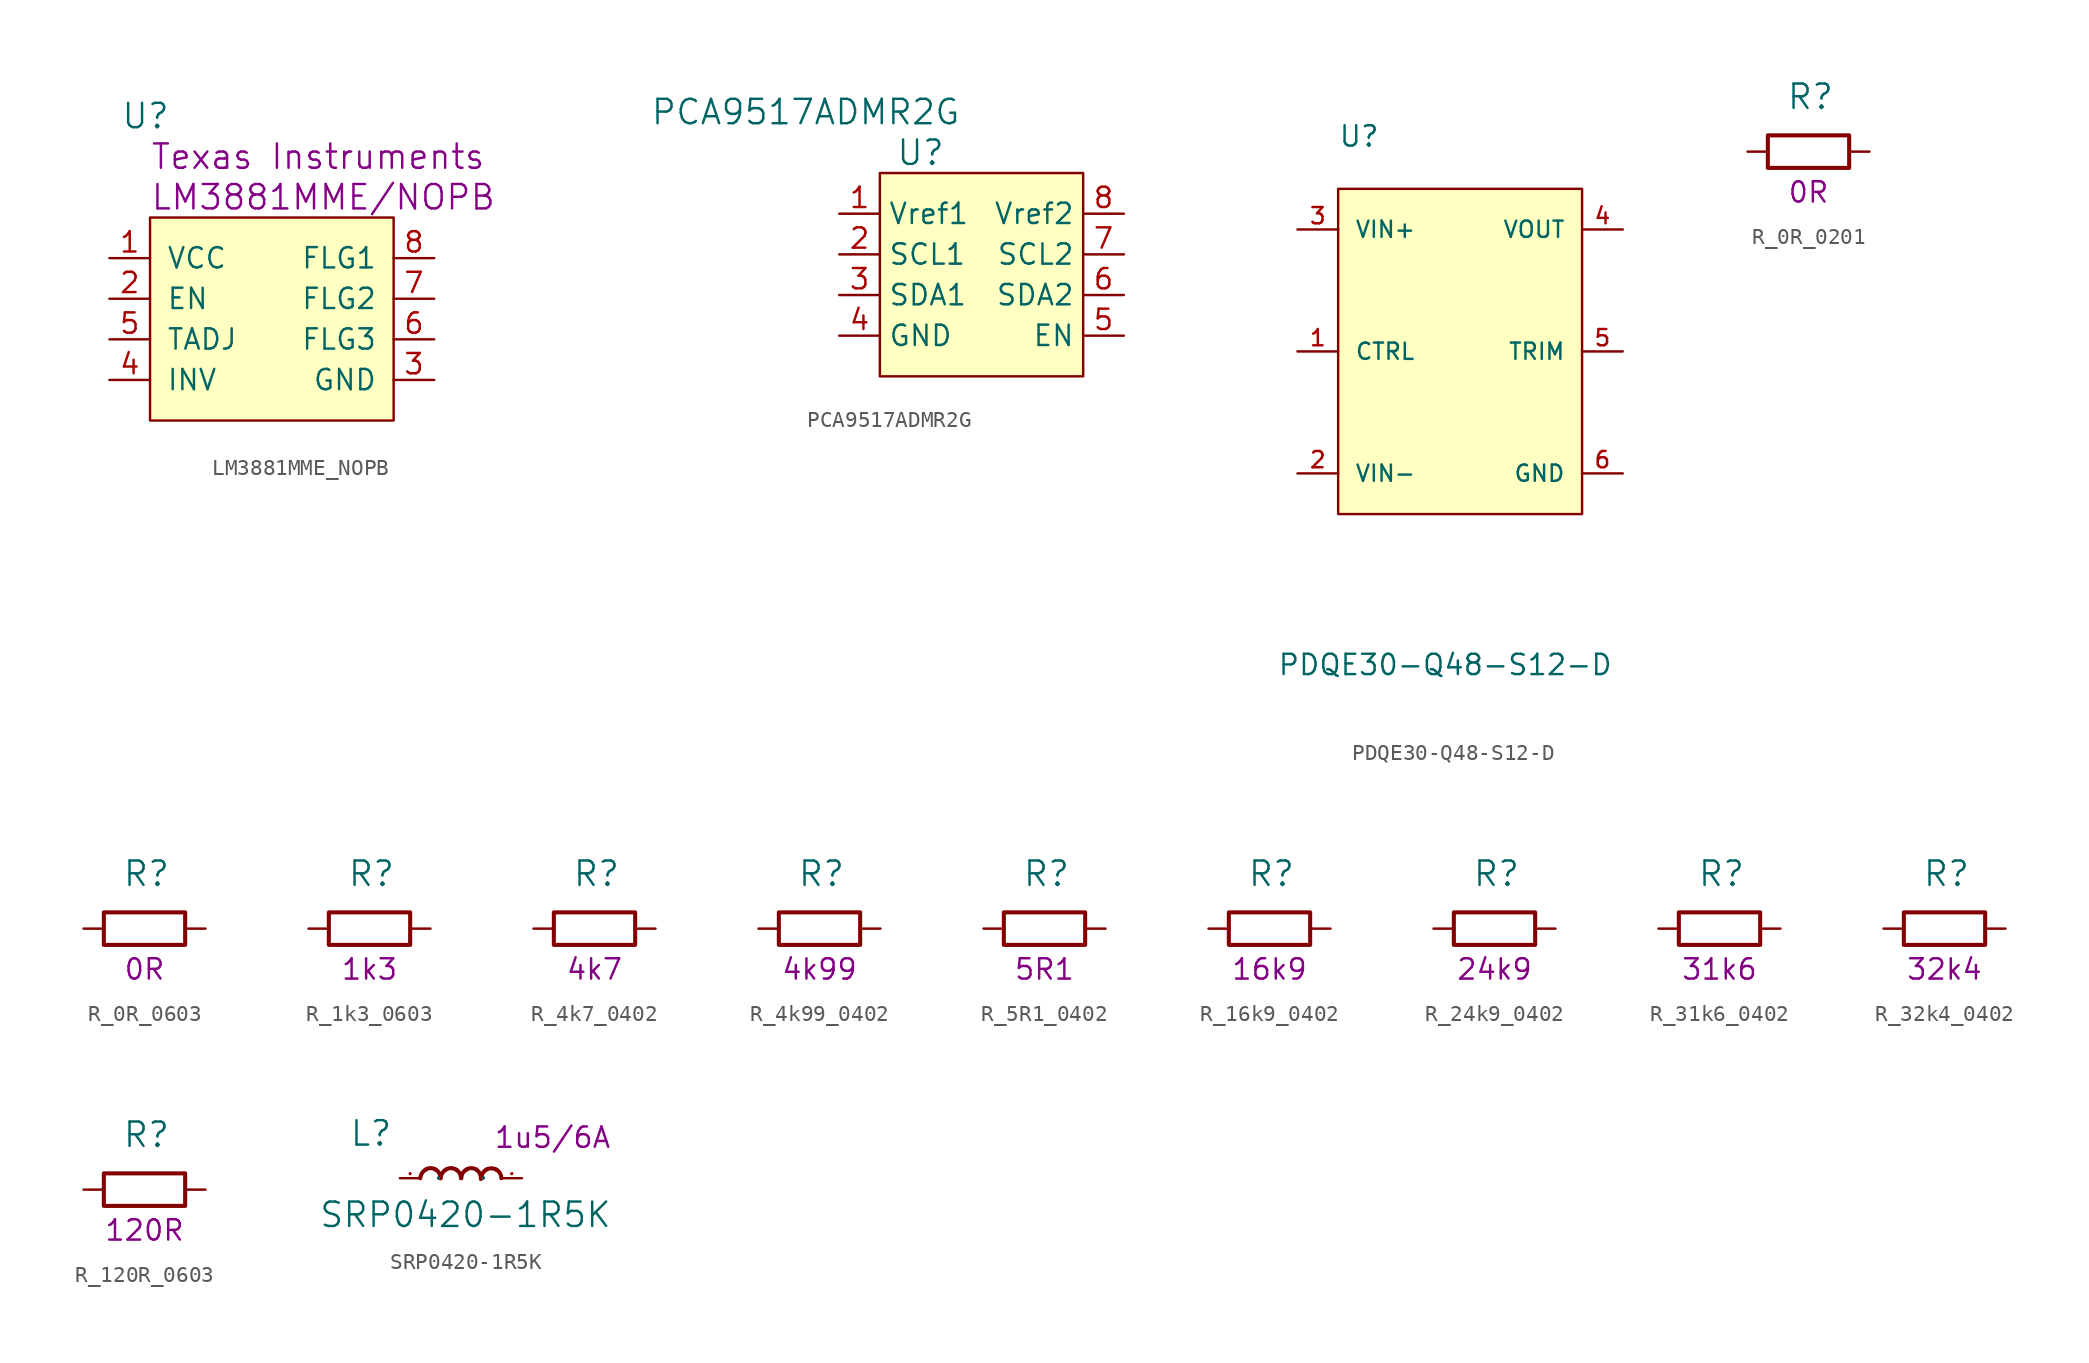
<source format=kicad_sym>
(kicad_symbol_lib
  (version 20211014)
  (generator kicad_symbol_editor)
  (symbol "LM3881MME_NOPB"
    (pin_names
      (offset 1.016))
    (property "Reference" "U"
      (at -6.35 11.43 0)
      (effects (font (size 1.524 1.524)) (justify right)))
    (property "Manufacturer" "Texas Instruments"
      (at -7.62 8.89 0)
      (effects (font (size 1.524 1.524)) (justify left)))
    (property "MPN" "LM3881MME/NOPB"
      (at -7.62 6.35 0)
      (effects (font (size 1.524 1.524)) (justify left)))
    (symbol "LM3881MME_NOPB_0_1"
      (rectangle (start -7.62 5.08) (end 7.62 -7.62) (stroke (width 0) (type default) (color 0 0 0 0)) (fill (type background))))
    (symbol "LM3881MME_NOPB_1_1"
      (pin power_in line (at -10.16 2.54 0) (length 2.54) (name "VCC" (effects (font (size 1.27 1.27)))) (number "1" (effects (font (size 1.27 1.27)))))
      (pin input line (at -10.16 0 0) (length 2.54) (name "EN" (effects (font (size 1.27 1.27)))) (number "2" (effects (font (size 1.27 1.27)))))
      (pin passive line (at 10.16 -5.08 180) (length 2.54) (name "GND" (effects (font (size 1.27 1.27)))) (number "3" (effects (font (size 1.27 1.27)))))
      (pin passive line (at -10.16 -5.08 0) (length 2.54) (name "INV" (effects (font (size 1.27 1.27)))) (number "4" (effects (font (size 1.27 1.27)))))
      (pin passive line (at -10.16 -2.54 0) (length 2.54) (name "TADJ" (effects (font (size 1.27 1.27)))) (number "5" (effects (font (size 1.27 1.27)))))
      (pin output line (at 10.16 -2.54 180) (length 2.54) (name "FLG3" (effects (font (size 1.27 1.27)))) (number "6" (effects (font (size 1.27 1.27)))))
      (pin output line (at 10.16 0 180) (length 2.54) (name "FLG2" (effects (font (size 1.27 1.27)))) (number "7" (effects (font (size 1.27 1.27)))))
      (pin output line (at 10.16 2.54 180) (length 2.54) (name "FLG1" (effects (font (size 1.27 1.27)))) (number "8" (effects (font (size 1.27 1.27)))))))
  (symbol "PCA9517ADMR2G"
    (property "Reference" "U"
      (at -5.08 11.43 0)
      (effects (font (size 1.524 1.524))))
    (property "Value" "PCA9517ADMR2G"
      (at -2.54 13.97 0)
      (effects (font (size 1.524 1.524)) (justify right)))
    (symbol "PCA9517ADMR2G_0_1"
      (rectangle (start 5.08 10.16) (end -7.62 -2.54) (stroke (width 0) (type default) (color 0 0 0 0)) (fill (type background))))
    (symbol "PCA9517ADMR2G_1_1"
      (pin power_in line (at -10.16 7.62 0) (length 2.54) (name "Vref1" (effects (font (size 1.27 1.27)))) (number "1" (effects (font (size 1.27 1.27)))))
      (pin input line (at -10.16 5.08 0) (length 2.54) (name "SCL1" (effects (font (size 1.27 1.27)))) (number "2" (effects (font (size 1.27 1.27)))))
      (pin bidirectional line (at -10.16 2.54 0) (length 2.54) (name "SDA1" (effects (font (size 1.27 1.27)))) (number "3" (effects (font (size 1.27 1.27)))))
      (pin power_in line (at -10.16 0 0) (length 2.54) (name "GND" (effects (font (size 1.27 1.27)))) (number "4" (effects (font (size 1.27 1.27)))))
      (pin input line (at 7.62 0 180) (length 2.54) (name "EN" (effects (font (size 1.27 1.27)))) (number "5" (effects (font (size 1.27 1.27)))))
      (pin bidirectional line (at 7.62 2.54 180) (length 2.54) (name "SDA2" (effects (font (size 1.27 1.27)))) (number "6" (effects (font (size 1.27 1.27)))))
      (pin input line (at 7.62 5.08 180) (length 2.54) (name "SCL2" (effects (font (size 1.27 1.27)))) (number "7" (effects (font (size 1.27 1.27)))))
      (pin power_in line (at 7.62 7.62 180) (length 2.54) (name "Vref2" (effects (font (size 1.27 1.27)))) (number "8" (effects (font (size 1.27 1.27)))))))
  (symbol "PDQE30-Q48-S12-D"
    (pin_names
      (offset 1.016))
    (property "Reference" "U"
      (at -6.35 12.7 0)
      (effects (font (size 1.27 1.27)) (justify left bottom)))
    (property "Value" "PDQE30-Q48-S12-D"
      (at -10.16 -20.32 0)
      (effects (font (size 1.27 1.27)) (justify left bottom)))
    (symbol "PDQE30-Q48-S12-D_0_0"
      (pin input line (at -8.89 0 0) (length 2.54) (name "CTRL" (effects (font (size 1.016 1.016)))) (number "1" (effects (font (size 1.016 1.016)))))
      (pin power_in line (at -8.89 -7.62 0) (length 2.54) (name "VIN-" (effects (font (size 1.016 1.016)))) (number "2" (effects (font (size 1.016 1.016)))))
      (pin input line (at -8.89 7.62 0) (length 2.54) (name "VIN+" (effects (font (size 1.016 1.016)))) (number "3" (effects (font (size 1.016 1.016)))))
      (pin output line (at 11.43 7.62 180) (length 2.54) (name "VOUT" (effects (font (size 1.016 1.016)))) (number "4" (effects (font (size 1.016 1.016)))))
      (pin passive line (at 11.43 0 180) (length 2.54) (name "TRIM" (effects (font (size 1.016 1.016)))) (number "5" (effects (font (size 1.016 1.016)))))
      (pin output line (at 11.43 -7.62 180) (length 2.54) (name "GND" (effects (font (size 1.016 1.016)))) (number "6" (effects (font (size 1.016 1.016))))))
    (symbol "PDQE30-Q48-S12-D_0_1"
      (rectangle (start -6.35 10.16) (end 8.89 -10.16) (stroke (width 0.152) (type default) (color 0 0 0 0)) (fill (type background)))))
  (symbol "R_0R_0201"
    (pin_names
      (offset 0))
    (property "Reference" "R"
      (at -1.397 3.429 0)
      (effects (font (size 1.524 1.524)) (justify left)))
    (property "Val" "0R"
      (at 0 -2.54 0)
      (effects (font (size 1.27 1.27))))
    (symbol "R_0R_0201_1_1"
      (rectangle (start 2.54 -1.016) (end -2.54 1.016) (stroke (width 0.254) (type default) (color 0 0 0 0)) (fill (type none)))
      (pin passive line (at -3.81 0 0) (length 1.27) (name "~" (effects (font (size 0 0)))) (number "1" (effects (font (size 0 0)))))
      (pin passive line (at 3.81 0 180) (length 1.27) (name "~" (effects (font (size 0 0)))) (number "2" (effects (font (size 0 0)))))))
  (symbol "R_0R_0603"
    (pin_names
      (offset 0))
    (property "Reference" "R"
      (at -1.397 3.429 0)
      (effects (font (size 1.524 1.524)) (justify left)))
    (property "Val" "0R"
      (at 0 -2.54 0)
      (effects (font (size 1.27 1.27))))
    (symbol "R_0R_0603_1_1"
      (rectangle (start 2.54 -1.016) (end -2.54 1.016) (stroke (width 0.254) (type default) (color 0 0 0 0)) (fill (type none)))
      (pin passive line (at -3.81 0 0) (length 1.27) (name "~" (effects (font (size 0 0)))) (number "1" (effects (font (size 0 0)))))
      (pin passive line (at 3.81 0 180) (length 1.27) (name "~" (effects (font (size 0 0)))) (number "2" (effects (font (size 0 0)))))))
  (symbol "R_1k3_0603"
    (pin_names
      (offset 0))
    (property "Reference" "R"
      (at -1.397 3.429 0)
      (effects (font (size 1.524 1.524)) (justify left)))
    (property "Val" "1k3"
      (at 0 -2.54 0)
      (effects (font (size 1.27 1.27))))
    (symbol "R_1k3_0603_1_1"
      (rectangle (start 2.54 -1.016) (end -2.54 1.016) (stroke (width 0.254) (type default) (color 0 0 0 0)) (fill (type none)))
      (pin passive line (at -3.81 0 0) (length 1.27) (name "~" (effects (font (size 0 0)))) (number "1" (effects (font (size 0 0)))))
      (pin passive line (at 3.81 0 180) (length 1.27) (name "~" (effects (font (size 0 0)))) (number "2" (effects (font (size 0 0)))))))
  (symbol "R_4k7_0402"
    (pin_names
      (offset 0))
    (property "Reference" "R"
      (at -1.397 3.429 0)
      (effects (font (size 1.524 1.524)) (justify left)))
    (property "Val" "4k7"
      (at 0 -2.54 0)
      (effects (font (size 1.27 1.27))))
    (symbol "R_4k7_0402_1_1"
      (rectangle (start 2.54 -1.016) (end -2.54 1.016) (stroke (width 0.254) (type default) (color 0 0 0 0)) (fill (type none)))
      (pin passive line (at -3.81 0 0) (length 1.27) (name "~" (effects (font (size 0 0)))) (number "1" (effects (font (size 0 0)))))
      (pin passive line (at 3.81 0 180) (length 1.27) (name "~" (effects (font (size 0 0)))) (number "2" (effects (font (size 0 0)))))))
  (symbol "R_4k99_0402"
    (pin_names
      (offset 0))
    (property "Reference" "R"
      (at -1.397 3.429 0)
      (effects (font (size 1.524 1.524)) (justify left)))
    (property "Val" "4k99"
      (at 0 -2.54 0)
      (effects (font (size 1.27 1.27))))
    (symbol "R_4k99_0402_1_1"
      (rectangle (start 2.54 -1.016) (end -2.54 1.016) (stroke (width 0.254) (type default) (color 0 0 0 0)) (fill (type none)))
      (pin passive line (at -3.81 0 0) (length 1.27) (name "~" (effects (font (size 0 0)))) (number "1" (effects (font (size 0 0)))))
      (pin passive line (at 3.81 0 180) (length 1.27) (name "~" (effects (font (size 0 0)))) (number "2" (effects (font (size 0 0)))))))
  (symbol "R_5R1_0402"
    (pin_names
      (offset 0))
    (property "Reference" "R"
      (at -1.397 3.429 0)
      (effects (font (size 1.524 1.524)) (justify left)))
    (property "Val" "5R1"
      (at 0 -2.54 0)
      (effects (font (size 1.27 1.27))))
    (symbol "R_5R1_0402_1_1"
      (rectangle (start 2.54 -1.016) (end -2.54 1.016) (stroke (width 0.254) (type default) (color 0 0 0 0)) (fill (type none)))
      (pin passive line (at -3.81 0 0) (length 1.27) (name "~" (effects (font (size 0 0)))) (number "1" (effects (font (size 0 0)))))
      (pin passive line (at 3.81 0 180) (length 1.27) (name "~" (effects (font (size 0 0)))) (number "2" (effects (font (size 0 0)))))))
  (symbol "R_16k9_0402"
    (pin_names
      (offset 0))
    (property "Reference" "R"
      (at -1.397 3.429 0)
      (effects (font (size 1.524 1.524)) (justify left)))
    (property "Val" "16k9"
      (at 0 -2.54 0)
      (effects (font (size 1.27 1.27))))
    (symbol "R_16k9_0402_1_1"
      (rectangle (start 2.54 -1.016) (end -2.54 1.016) (stroke (width 0.254) (type default) (color 0 0 0 0)) (fill (type none)))
      (pin passive line (at -3.81 0 0) (length 1.27) (name "~" (effects (font (size 0 0)))) (number "1" (effects (font (size 0 0)))))
      (pin passive line (at 3.81 0 180) (length 1.27) (name "~" (effects (font (size 0 0)))) (number "2" (effects (font (size 0 0)))))))
  (symbol "R_24k9_0402"
    (pin_names
      (offset 0))
    (property "Reference" "R"
      (at -1.397 3.429 0)
      (effects (font (size 1.524 1.524)) (justify left)))
    (property "Val" "24k9"
      (at 0 -2.54 0)
      (effects (font (size 1.27 1.27))))
    (symbol "R_24k9_0402_1_1"
      (rectangle (start 2.54 -1.016) (end -2.54 1.016) (stroke (width 0.254) (type default) (color 0 0 0 0)) (fill (type none)))
      (pin passive line (at -3.81 0 0) (length 1.27) (name "~" (effects (font (size 0 0)))) (number "1" (effects (font (size 0 0)))))
      (pin passive line (at 3.81 0 180) (length 1.27) (name "~" (effects (font (size 0 0)))) (number "2" (effects (font (size 0 0)))))))
  (symbol "R_31k6_0402"
    (pin_names
      (offset 0))
    (property "Reference" "R"
      (at -1.397 3.429 0)
      (effects (font (size 1.524 1.524)) (justify left)))
    (property "Val" "31k6"
      (at 0 -2.54 0)
      (effects (font (size 1.27 1.27))))
    (symbol "R_31k6_0402_1_1"
      (rectangle (start 2.54 -1.016) (end -2.54 1.016) (stroke (width 0.254) (type default) (color 0 0 0 0)) (fill (type none)))
      (pin passive line (at -3.81 0 0) (length 1.27) (name "~" (effects (font (size 0 0)))) (number "1" (effects (font (size 0 0)))))
      (pin passive line (at 3.81 0 180) (length 1.27) (name "~" (effects (font (size 0 0)))) (number "2" (effects (font (size 0 0)))))))
  (symbol "R_32k4_0402"
    (pin_names
      (offset 0))
    (property "Reference" "R"
      (at -1.397 3.429 0)
      (effects (font (size 1.524 1.524)) (justify left)))
    (property "Val" "32k4"
      (at 0 -2.54 0)
      (effects (font (size 1.27 1.27))))
    (symbol "R_32k4_0402_1_1"
      (rectangle (start 2.54 -1.016) (end -2.54 1.016) (stroke (width 0.254) (type default) (color 0 0 0 0)) (fill (type none)))
      (pin passive line (at -3.81 0 0) (length 1.27) (name "~" (effects (font (size 0 0)))) (number "1" (effects (font (size 0 0)))))
      (pin passive line (at 3.81 0 180) (length 1.27) (name "~" (effects (font (size 0 0)))) (number "2" (effects (font (size 0 0)))))))
  (symbol "R_120R_0603"
    (pin_names
      (offset 0))
    (property "Reference" "R"
      (at -1.397 3.429 0)
      (effects (font (size 1.524 1.524)) (justify left)))
    (property "Val" "120R"
      (at 0 -2.54 0)
      (effects (font (size 1.27 1.27))))
    (symbol "R_120R_0603_1_1"
      (rectangle (start 2.54 -1.016) (end -2.54 1.016) (stroke (width 0.254) (type default) (color 0 0 0 0)) (fill (type none)))
      (pin passive line (at -3.81 0 0) (length 1.27) (name "~" (effects (font (size 0 0)))) (number "1" (effects (font (size 0 0)))))
      (pin passive line (at 3.81 0 180) (length 1.27) (name "~" (effects (font (size 0 0)))) (number "2" (effects (font (size 0 0)))))))
  (symbol "SRP0420-1R5K"
    (pin_names
      (offset 1.016))
    (property "Reference" "L"
      (at -6.985 1.905 0)
      (effects (font (size 1.524 1.524)) (justify left bottom)))
    (property "Value" "SRP0420-1R5K"
      (at -8.89 -3.175 0)
      (effects (font (size 1.524 1.524)) (justify left bottom)))
    (property "Val" "1u5/6A"
      (at 5.715 2.54 0)
      (effects (font (size 1.27 1.27))))
    (symbol "SRP0420-1R5K_0_1"
      (pin passive line (at -3.81 0 0) (length 1.27) (name "P" (effects (font (size 0.025 0.025)))) (number "1" (effects (font (size 0.025 0.025)))))
      (pin passive line (at 3.81 0 180) (length 1.27) (name "P" (effects (font (size 0.025 0.025)))) (number "2" (effects (font (size 0.025 0.025))))))
    (symbol "SRP0420-1R5K_1_1"
      (arc (start -2.2098 0.5334) (mid -2.4364 0.3084) (end -2.54 0) (stroke (width 0.254) (type default) (color 0 0 0 0)) (fill (type none)))
      (arc (start -1.5748 0.5334) (mid -1.894 0.6272) (end -2.2098 0.5334) (stroke (width 0.254) (type default) (color 0 0 0 0)) (fill (type none)))
      (arc (start -1.27 0) (mid -1.3503 0.309) (end -1.5748 0.5334) (stroke (width 0.254) (type default) (color 0 0 0 0)) (fill (type none)))
      (arc (start -0.9398 0.5334) (mid -1.1664 0.3084) (end -1.27 0) (stroke (width 0.254) (type default) (color 0 0 0 0)) (fill (type none)))
      (arc (start -0.3048 0.5334) (mid -0.624 0.6272) (end -0.9398 0.5334) (stroke (width 0.254) (type default) (color 0 0 0 0)) (fill (type none)))
      (arc (start 0 0) (mid -0.0803 0.309) (end -0.3048 0.5334) (stroke (width 0.254) (type default) (color 0 0 0 0)) (fill (type none)))
      (arc (start 0.3302 0.5334) (mid 0.1036 0.3084) (end 0.0254 0) (stroke (width 0.254) (type default) (color 0 0 0 0)) (fill (type none)))
      (arc (start 0.9652 0.5334) (mid 0.646 0.6272) (end 0.3302 0.5334) (stroke (width 0.254) (type default) (color 0 0 0 0)) (fill (type none)))
      (arc (start 1.2446 -0.0508) (mid 1.1813 0.2752) (end 0.9652 0.5334) (stroke (width 0.254) (type default) (color 0 0 0 0)) (fill (type none)))
      (arc (start 1.5748 0.5334) (mid 1.357 0.3053) (end 1.27 0) (stroke (width 0.254) (type default) (color 0 0 0 0)) (fill (type none)))
      (arc (start 2.2098 0.5334) (mid 1.8942 0.6142) (end 1.5748 0.5334) (stroke (width 0.254) (type default) (color 0 0 0 0)) (fill (type none)))
      (arc (start 2.5146 0) (mid 2.4322 0.306) (end 2.2098 0.5334) (stroke (width 0.254) (type default) (color 0 0 0 0)) (fill (type none))))))
</source>
